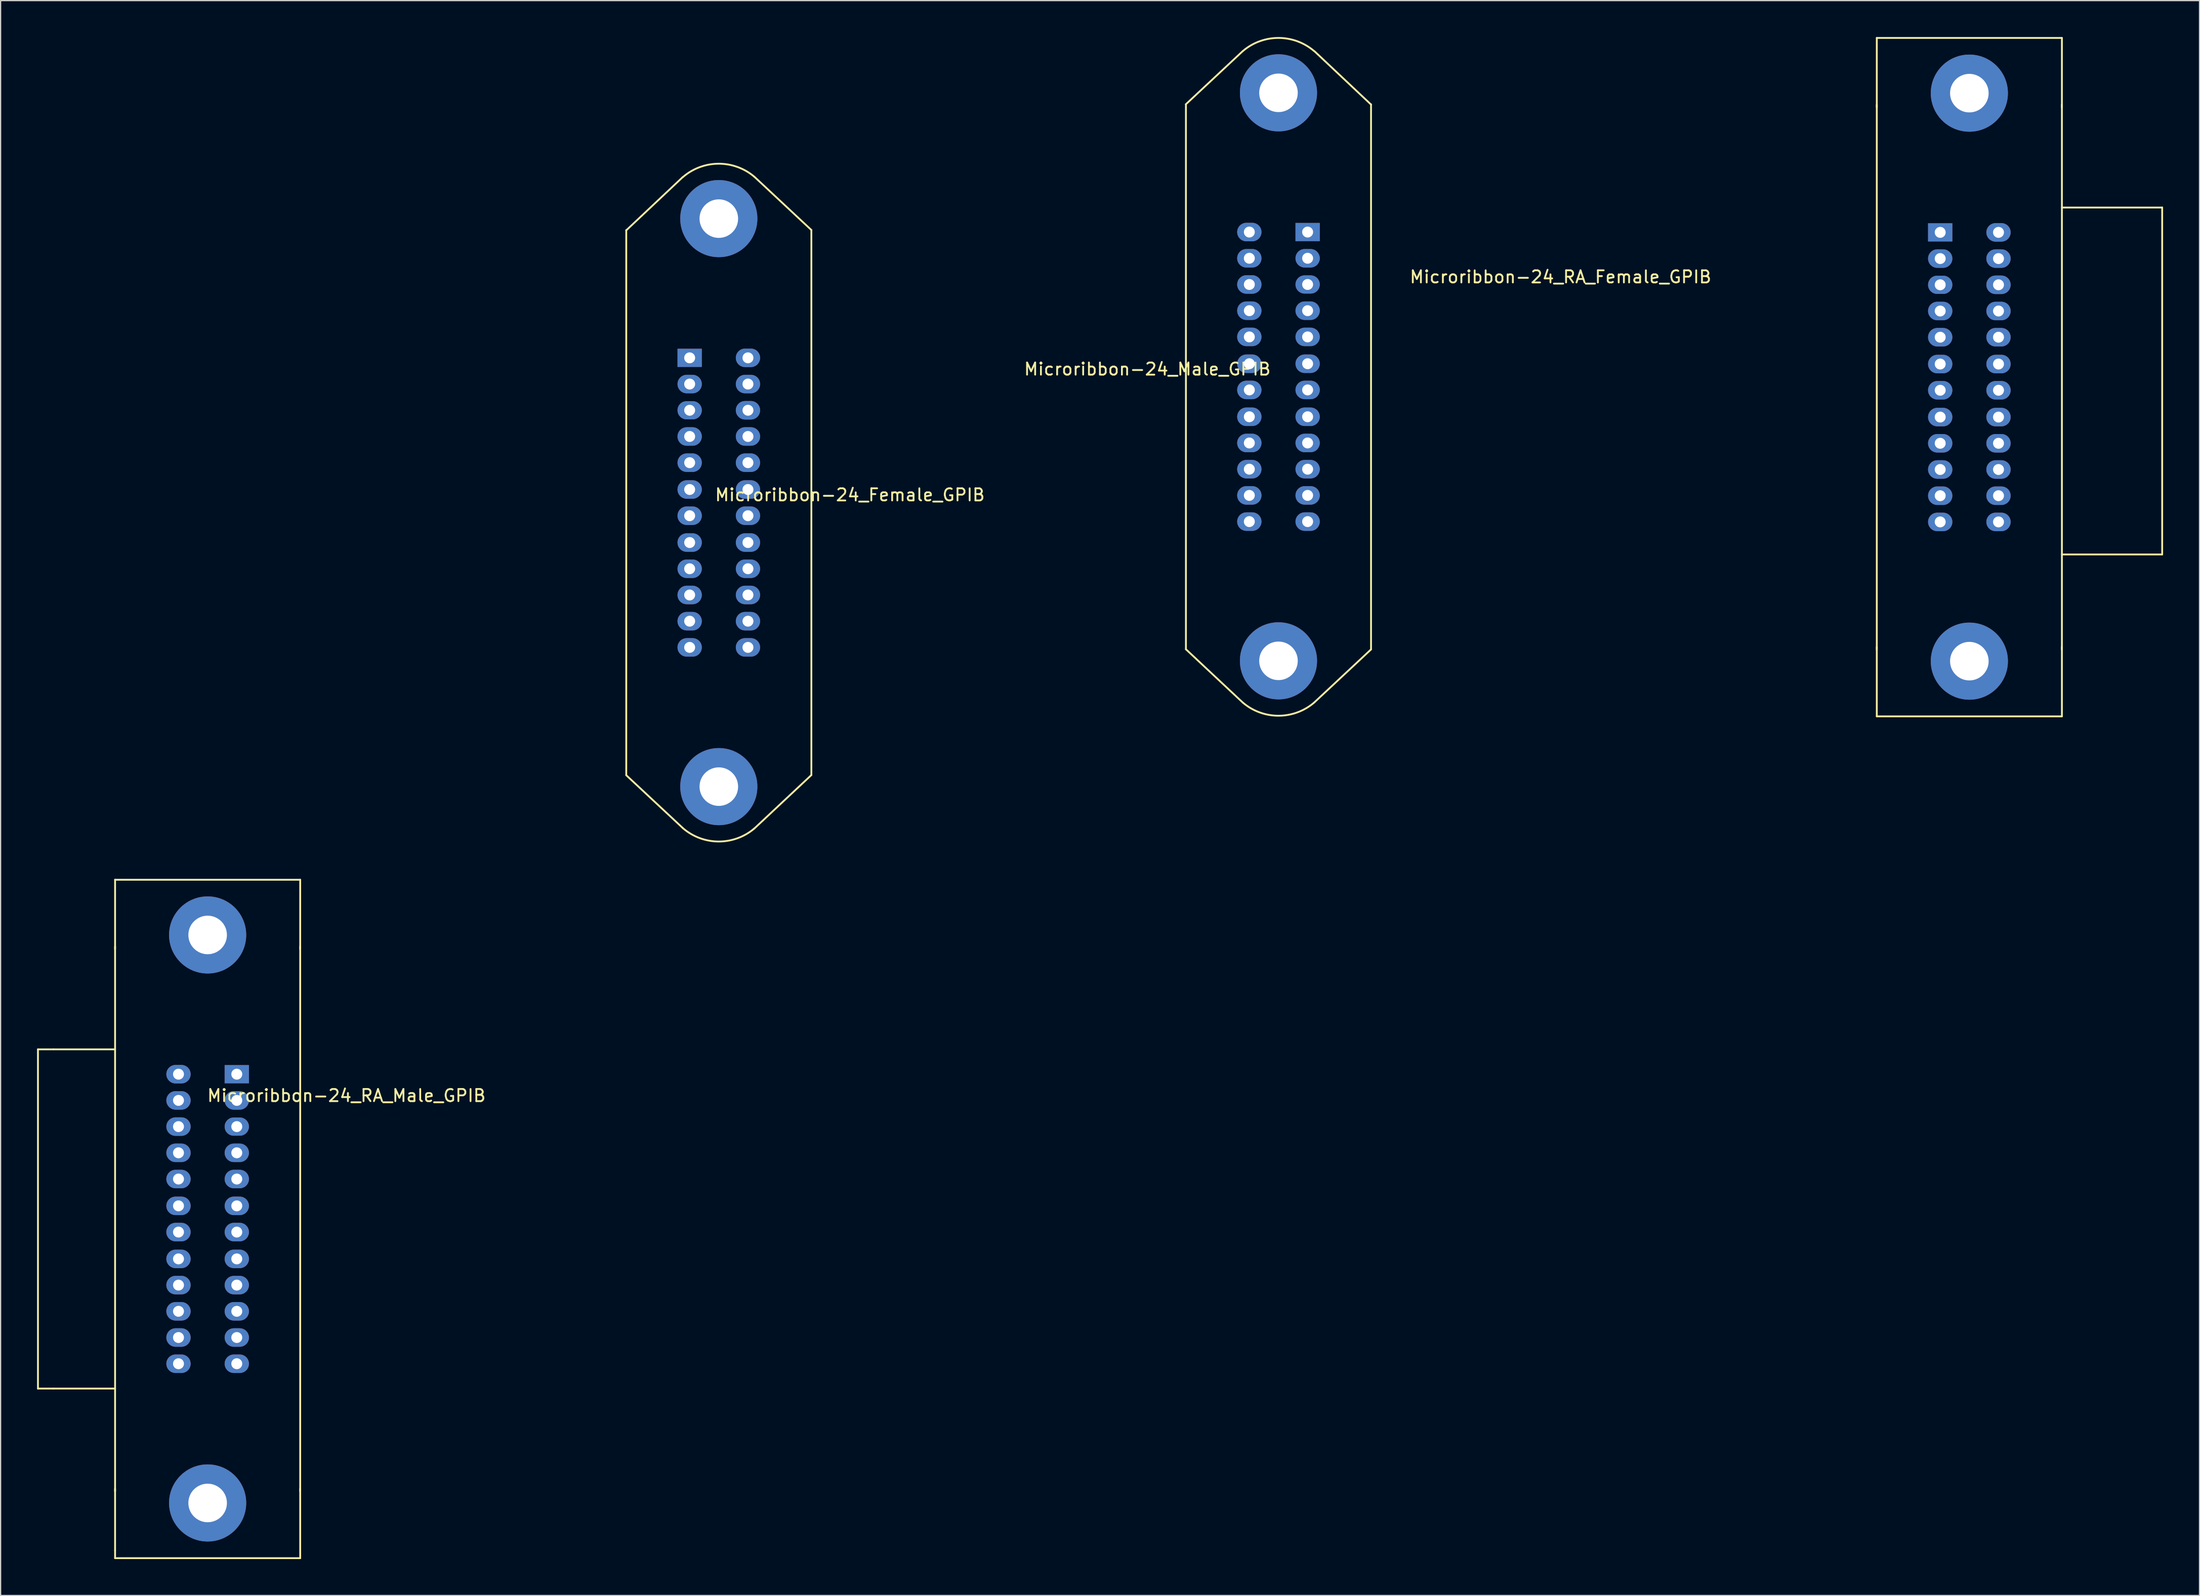
<source format=kicad_pcb>
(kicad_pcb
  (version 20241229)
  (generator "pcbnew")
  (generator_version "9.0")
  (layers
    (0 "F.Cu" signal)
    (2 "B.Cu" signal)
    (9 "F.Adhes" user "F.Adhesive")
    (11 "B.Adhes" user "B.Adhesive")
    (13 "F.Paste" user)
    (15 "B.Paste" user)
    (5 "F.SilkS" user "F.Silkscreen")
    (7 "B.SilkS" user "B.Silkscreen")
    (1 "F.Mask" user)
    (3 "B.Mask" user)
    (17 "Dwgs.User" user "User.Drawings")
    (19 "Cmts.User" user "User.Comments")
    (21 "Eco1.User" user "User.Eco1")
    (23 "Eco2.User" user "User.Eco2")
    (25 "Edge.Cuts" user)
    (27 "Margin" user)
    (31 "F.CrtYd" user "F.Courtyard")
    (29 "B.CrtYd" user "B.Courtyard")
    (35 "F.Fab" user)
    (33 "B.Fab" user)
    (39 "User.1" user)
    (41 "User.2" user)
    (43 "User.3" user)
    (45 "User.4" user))
  (footprint "Microribbon-24_Female_GPIB"
    (layer "F.Cu")
    (at 0.25 0.25)
    (property "Reference" "Microribbon-24_Female_GPIB" (at 66.675 37.465 180) (layer "F.SilkS") (effects (font (size 1 1) (thickness 0.15))))
    (attr through_hole)
    (fp_line (start 48.26 15.659) (end 48.26 60.541) (stroke (width 0.15) (type solid)) (layer "F.SilkS"))
    (fp_line (start 48.26 15.672) (end 52.908 11.29) (stroke (width 0.15) (type solid)) (layer "F.SilkS"))
    (fp_line (start 48.26 60.554) (end 52.921 64.91) (stroke (width 0.15) (type solid)) (layer "F.SilkS"))
    (fp_line (start 63.5 15.646) (end 58.814 11.265) (stroke (width 0.15) (type solid)) (layer "F.SilkS"))
    (fp_line (start 63.5 15.659) (end 63.5 60.541) (stroke (width 0.15) (type solid)) (layer "F.SilkS"))
    (fp_line (start 63.5 60.541) (end 58.814 64.935) (stroke (width 0.15) (type solid)) (layer "F.SilkS"))
    (fp_arc (start 52.9336 11.2776) (mid 55.866497 10.185634) (end 58.805865 11.260061) (stroke (width 0.15) (type solid)) (layer "F.SilkS"))
    (fp_arc (start 58.805865 64.939939) (mid 55.866497 66.014366) (end 52.9336 64.9224) (stroke (width 0.15) (type solid)) (layer "F.SilkS"))
    (pad "1" thru_hole rect (at 53.48 26.175 180) (size 2 1.5) (drill 0.9) (layers "*.Cu" "*.Mask"))
    (pad "2" thru_hole oval (at 53.48 28.334 180) (size 2 1.524) (drill 0.9) (layers "*.Cu" "*.Mask"))
    (pad "3" thru_hole oval (at 53.48 30.493 180) (size 2 1.5) (drill 0.9) (layers "*.Cu" "*.Mask"))
    (pad "4" thru_hole oval (at 53.48 32.652 180) (size 2 1.524) (drill 0.9) (layers "*.Cu" "*.Mask"))
    (pad "5" thru_hole oval (at 53.48 34.811 180) (size 2 1.524) (drill 0.9) (layers "*.Cu" "*.Mask"))
    (pad "6" thru_hole oval (at 53.48 37.02 180) (size 2 1.524) (drill 0.9) (layers "*.Cu" "*.Mask"))
    (pad "7" thru_hole oval (at 53.48 39.179 180) (size 2 1.524) (drill 0.9) (layers "*.Cu" "*.Mask"))
    (pad "8" thru_hole oval (at 53.48 41.389 180) (size 2 1.524) (drill 0.9) (layers "*.Cu" "*.Mask"))
    (pad "9" thru_hole oval (at 53.48 43.548 180) (size 2 1.524) (drill 0.9) (layers "*.Cu" "*.Mask"))
    (pad "10" thru_hole oval (at 53.48 45.707 180) (size 2 1.524) (drill 0.9) (layers "*.Cu" "*.Mask"))
    (pad "11" thru_hole oval (at 53.48 47.866 180) (size 2 1.524) (drill 0.9) (layers "*.Cu" "*.Mask"))
    (pad "12" thru_hole oval (at 53.48 50.025 180) (size 2 1.524) (drill 0.9) (layers "*.Cu" "*.Mask"))
    (pad "13" thru_hole oval (at 58.28 26.175 180) (size 2 1.524) (drill 0.9) (layers "*.Cu" "*.Mask"))
    (pad "14" thru_hole oval (at 58.28 28.334 180) (size 2 1.524) (drill 0.9) (layers "*.Cu" "*.Mask"))
    (pad "15" thru_hole oval (at 58.28 30.493 180) (size 2 1.524) (drill 0.9) (layers "*.Cu" "*.Mask"))
    (pad "16" thru_hole oval (at 58.28 32.652 180) (size 2 1.524) (drill 0.9) (layers "*.Cu" "*.Mask"))
    (pad "17" thru_hole oval (at 58.28 34.811 180) (size 2 1.524) (drill 0.9) (layers "*.Cu" "*.Mask"))
    (pad "18" thru_hole oval (at 58.28 37.02 180) (size 2 1.524) (drill 0.9) (layers "*.Cu" "*.Mask"))
    (pad "19" thru_hole oval (at 58.28 39.179 180) (size 2 1.524) (drill 0.9) (layers "*.Cu" "*.Mask"))
    (pad "20" thru_hole oval (at 58.28 41.389 180) (size 2 1.524) (drill 0.9) (layers "*.Cu" "*.Mask"))
    (pad "21" thru_hole oval (at 58.28 43.548 180) (size 2 1.524) (drill 0.9) (layers "*.Cu" "*.Mask"))
    (pad "22" thru_hole oval (at 58.28 45.707 180) (size 2 1.524) (drill 0.9) (layers "*.Cu" "*.Mask"))
    (pad "23" thru_hole oval (at 58.28 47.866 180) (size 2 1.524) (drill 0.9) (layers "*.Cu" "*.Mask"))
    (pad "24" thru_hole oval (at 58.28 50.025 180) (size 2 1.524) (drill 0.9) (layers "*.Cu" "*.Mask"))
    (pad "MP" thru_hole circle (at 55.88 14.707 180) (size 6.35 6.35) (drill 3.175) (layers "*.Cu" "*.Mask"))
    (pad "MP" thru_hole circle (at 55.88 61.493 180) (size 6.35 6.35) (drill 3.175) (layers "*.Cu" "*.Mask")))
  (footprint "Microribbon-24_Male_GPIB"
    (layer "F.Cu")
    (at 102.208 27.989)
    (property "Reference" "Microribbon-24_Male_GPIB" (at -10.795 -0.635 0) (layer "F.SilkS") (effects (font (size 1 1) (thickness 0.15))))
    (attr through_hole)
    (fp_line (start -7.62 -22.454) (end -2.934 -26.835) (stroke (width 0.15) (type solid)) (layer "F.SilkS"))
    (fp_line (start -7.62 -22.441) (end -7.62 22.441) (stroke (width 0.15) (type solid)) (layer "F.SilkS"))
    (fp_line (start -7.62 22.441) (end -2.934 26.835) (stroke (width 0.15) (type solid)) (layer "F.SilkS"))
    (fp_line (start 7.62 -22.441) (end 7.62 22.441) (stroke (width 0.15) (type solid)) (layer "F.SilkS"))
    (fp_line (start 7.62 -22.428) (end 2.972 -26.81) (stroke (width 0.15) (type solid)) (layer "F.SilkS"))
    (fp_line (start 7.62 22.454) (end 2.959 26.81) (stroke (width 0.15) (type solid)) (layer "F.SilkS"))
    (fp_arc (start -2.925865 -26.839939) (mid 0.013503 -27.914366) (end 2.9464 -26.8224) (stroke (width 0.15) (type solid)) (layer "F.SilkS"))
    (fp_arc (start 2.9464 26.8224) (mid 0.013503 27.914366) (end -2.925865 26.839939) (stroke (width 0.15) (type solid)) (layer "F.SilkS"))
    (pad "1" thru_hole rect (at 2.4 -11.925) (size 2 1.5) (drill 0.9) (layers "*.Cu" "*.Mask"))
    (pad "2" thru_hole oval (at 2.4 -9.766) (size 2 1.524) (drill 0.9) (layers "*.Cu" "*.Mask"))
    (pad "3" thru_hole oval (at 2.4 -7.607) (size 2 1.5) (drill 0.9) (layers "*.Cu" "*.Mask"))
    (pad "4" thru_hole oval (at 2.4 -5.448) (size 2 1.524) (drill 0.9) (layers "*.Cu" "*.Mask"))
    (pad "5" thru_hole oval (at 2.4 -3.289) (size 2 1.524) (drill 0.9) (layers "*.Cu" "*.Mask"))
    (pad "6" thru_hole oval (at 2.4 -1.079) (size 2 1.524) (drill 0.9) (layers "*.Cu" "*.Mask"))
    (pad "7" thru_hole oval (at 2.4 1.079) (size 2 1.524) (drill 0.9) (layers "*.Cu" "*.Mask"))
    (pad "8" thru_hole oval (at 2.4 3.289) (size 2 1.524) (drill 0.9) (layers "*.Cu" "*.Mask"))
    (pad "9" thru_hole oval (at 2.4 5.448) (size 2 1.524) (drill 0.9) (layers "*.Cu" "*.Mask"))
    (pad "10" thru_hole oval (at 2.4 7.607) (size 2 1.524) (drill 0.9) (layers "*.Cu" "*.Mask"))
    (pad "11" thru_hole oval (at 2.4 9.766) (size 2 1.524) (drill 0.9) (layers "*.Cu" "*.Mask"))
    (pad "12" thru_hole oval (at 2.4 11.925) (size 2 1.524) (drill 0.9) (layers "*.Cu" "*.Mask"))
    (pad "13" thru_hole oval (at -2.4 -11.925) (size 2 1.524) (drill 0.9) (layers "*.Cu" "*.Mask"))
    (pad "14" thru_hole oval (at -2.4 -9.766) (size 2 1.524) (drill 0.9) (layers "*.Cu" "*.Mask"))
    (pad "15" thru_hole oval (at -2.4 -7.607) (size 2 1.524) (drill 0.9) (layers "*.Cu" "*.Mask"))
    (pad "16" thru_hole oval (at -2.4 -5.448) (size 2 1.524) (drill 0.9) (layers "*.Cu" "*.Mask"))
    (pad "17" thru_hole oval (at -2.4 -3.289) (size 2 1.524) (drill 0.9) (layers "*.Cu" "*.Mask"))
    (pad "18" thru_hole oval (at -2.4 -1.079) (size 2 1.524) (drill 0.9) (layers "*.Cu" "*.Mask"))
    (pad "19" thru_hole oval (at -2.4 1.079) (size 2 1.524) (drill 0.9) (layers "*.Cu" "*.Mask"))
    (pad "20" thru_hole oval (at -2.4 3.289) (size 2 1.524) (drill 0.9) (layers "*.Cu" "*.Mask"))
    (pad "21" thru_hole oval (at -2.4 5.448) (size 2 1.524) (drill 0.9) (layers "*.Cu" "*.Mask"))
    (pad "22" thru_hole oval (at -2.4 7.607) (size 2 1.524) (drill 0.9) (layers "*.Cu" "*.Mask"))
    (pad "23" thru_hole oval (at -2.4 9.766) (size 2 1.524) (drill 0.9) (layers "*.Cu" "*.Mask"))
    (pad "24" thru_hole oval (at -2.4 11.925) (size 2 1.524) (drill 0.9) (layers "*.Cu" "*.Mask"))
    (pad "MP" thru_hole circle (at 0 -23.393) (size 6.35 6.35) (drill 3.175) (layers "*.Cu" "*.Mask"))
    (pad "MP" thru_hole circle (at 0 23.393) (size 6.35 6.35) (drill 3.175) (layers "*.Cu" "*.Mask")))
  (footprint "Microribbon-24_RA_Female_GPIB"
    (layer "F.Cu")
    (at 156.548 15.95)
    (property "Reference" "Microribbon-24_RA_Female_GPIB" (at -31.115 3.81 180) (layer "F.SilkS") (effects (font (size 1 1) (thickness 0.15))))
    (attr through_hole)
    (fp_line (start -5.08 -15.875) (end -5.08 -10.16) (stroke (width 0.15) (type solid)) (layer "F.SilkS"))
    (fp_line (start -5.08 -10.376) (end -5.08 34.506) (stroke (width 0.15) (type solid)) (layer "F.SilkS"))
    (fp_line (start -5.08 34.29) (end -5.08 40.005) (stroke (width 0.15) (type solid)) (layer "F.SilkS"))
    (fp_line (start -5.08 40.005) (end 10.16 40.005) (stroke (width 0.15) (type solid)) (layer "F.SilkS"))
    (fp_line (start 10.16 -15.875) (end -5.08 -15.875) (stroke (width 0.15) (type solid)) (layer "F.SilkS"))
    (fp_line (start 10.16 -10.376) (end 10.16 34.506) (stroke (width 0.15) (type solid)) (layer "F.SilkS"))
    (fp_line (start 10.16 -10.16) (end 10.16 -15.875) (stroke (width 0.15) (type solid)) (layer "F.SilkS"))
    (fp_line (start 10.16 -1.905) (end 18.415 -1.905) (stroke (width 0.15) (type solid)) (layer "F.SilkS"))
    (fp_line (start 10.16 40.005) (end 10.16 34.29) (stroke (width 0.15) (type solid)) (layer "F.SilkS"))
    (fp_line (start 18.415 -1.905) (end 18.415 26.67) (stroke (width 0.15) (type solid)) (layer "F.SilkS"))
    (fp_line (start 18.415 26.67) (end 10.16 26.67) (stroke (width 0.15) (type solid)) (layer "F.SilkS"))
    (pad "1" thru_hole rect (at 0.14 0.14 180) (size 2 1.5) (drill 0.9) (layers "*.Cu" "*.Mask"))
    (pad "2" thru_hole oval (at 0.14 2.299 180) (size 2 1.524) (drill 0.9) (layers "*.Cu" "*.Mask"))
    (pad "3" thru_hole oval (at 0.14 4.458 180) (size 2 1.5) (drill 0.9) (layers "*.Cu" "*.Mask"))
    (pad "4" thru_hole oval (at 0.14 6.617 180) (size 2 1.524) (drill 0.9) (layers "*.Cu" "*.Mask"))
    (pad "5" thru_hole oval (at 0.14 8.776 180) (size 2 1.524) (drill 0.9) (layers "*.Cu" "*.Mask"))
    (pad "6" thru_hole oval (at 0.14 10.986 180) (size 2 1.524) (drill 0.9) (layers "*.Cu" "*.Mask"))
    (pad "7" thru_hole oval (at 0.14 13.145 180) (size 2 1.524) (drill 0.9) (layers "*.Cu" "*.Mask"))
    (pad "8" thru_hole oval (at 0.14 15.354 180) (size 2 1.524) (drill 0.9) (layers "*.Cu" "*.Mask"))
    (pad "9" thru_hole oval (at 0.14 17.513 180) (size 2 1.524) (drill 0.9) (layers "*.Cu" "*.Mask"))
    (pad "10" thru_hole oval (at 0.14 19.672 180) (size 2 1.524) (drill 0.9) (layers "*.Cu" "*.Mask"))
    (pad "11" thru_hole oval (at 0.14 21.831 180) (size 2 1.524) (drill 0.9) (layers "*.Cu" "*.Mask"))
    (pad "12" thru_hole oval (at 0.14 23.99 180) (size 2 1.524) (drill 0.9) (layers "*.Cu" "*.Mask"))
    (pad "13" thru_hole oval (at 4.94 0.14 180) (size 2 1.524) (drill 0.9) (layers "*.Cu" "*.Mask"))
    (pad "14" thru_hole oval (at 4.94 2.299 180) (size 2 1.524) (drill 0.9) (layers "*.Cu" "*.Mask"))
    (pad "15" thru_hole oval (at 4.94 4.458 180) (size 2 1.524) (drill 0.9) (layers "*.Cu" "*.Mask"))
    (pad "16" thru_hole oval (at 4.94 6.617 180) (size 2 1.524) (drill 0.9) (layers "*.Cu" "*.Mask"))
    (pad "17" thru_hole oval (at 4.94 8.776 180) (size 2 1.524) (drill 0.9) (layers "*.Cu" "*.Mask"))
    (pad "18" thru_hole oval (at 4.94 10.986 180) (size 2 1.524) (drill 0.9) (layers "*.Cu" "*.Mask"))
    (pad "19" thru_hole oval (at 4.94 13.145 180) (size 2 1.524) (drill 0.9) (layers "*.Cu" "*.Mask"))
    (pad "20" thru_hole oval (at 4.94 15.354 180) (size 2 1.524) (drill 0.9) (layers "*.Cu" "*.Mask"))
    (pad "21" thru_hole oval (at 4.94 17.513 180) (size 2 1.524) (drill 0.9) (layers "*.Cu" "*.Mask"))
    (pad "22" thru_hole oval (at 4.94 19.672 180) (size 2 1.524) (drill 0.9) (layers "*.Cu" "*.Mask"))
    (pad "23" thru_hole oval (at 4.94 21.831 180) (size 2 1.524) (drill 0.9) (layers "*.Cu" "*.Mask"))
    (pad "24" thru_hole oval (at 4.94 23.99 180) (size 2 1.524) (drill 0.9) (layers "*.Cu" "*.Mask"))
    (pad "MP" thru_hole circle (at 2.54 -11.328 180) (size 6.35 6.35) (drill 3.175) (layers "*.Cu" "*.Mask"))
    (pad "MP" thru_hole circle (at 2.54 35.458 180) (size 6.35 6.35) (drill 3.175) (layers "*.Cu" "*.Mask")))
  (footprint "Microribbon-24_RA_Male_GPIB"
    (layer "F.Cu")
    (at 16.585 85.289)
    (property "Reference" "Microribbon-24_RA_Male_GPIB" (at 8.89 1.905 0) (layer "F.SilkS") (effects (font (size 1 1) (thickness 0.15))))
    (attr through_hole)
    (fp_line (start -16.51 -1.905) (end -16.51 26.035) (stroke (width 0.15) (type solid)) (layer "F.SilkS"))
    (fp_line (start -16.51 26.035) (end -15.24 26.035) (stroke (width 0.15) (type solid)) (layer "F.SilkS"))
    (fp_line (start -15.24 -1.905) (end -16.51 -1.905) (stroke (width 0.15) (type solid)) (layer "F.SilkS"))
    (fp_line (start -15.24 26.035) (end -10.16 26.035) (stroke (width 0.15) (type solid)) (layer "F.SilkS"))
    (fp_line (start -10.16 -15.875) (end -10.16 -10.16) (stroke (width 0.15) (type solid)) (layer "F.SilkS"))
    (fp_line (start -10.16 -10.376) (end -10.16 34.506) (stroke (width 0.15) (type solid)) (layer "F.SilkS"))
    (fp_line (start -10.16 -1.905) (end -15.24 -1.905) (stroke (width 0.15) (type solid)) (layer "F.SilkS"))
    (fp_line (start -10.16 34.29) (end -10.16 39.37) (stroke (width 0.15) (type solid)) (layer "F.SilkS"))
    (fp_line (start -10.16 39.37) (end -10.16 40.005) (stroke (width 0.15) (type solid)) (layer "F.SilkS"))
    (fp_line (start -10.16 40.005) (end 5.08 40.005) (stroke (width 0.15) (type solid)) (layer "F.SilkS"))
    (fp_line (start 5.08 -15.875) (end -10.16 -15.875) (stroke (width 0.15) (type solid)) (layer "F.SilkS"))
    (fp_line (start 5.08 -10.376) (end 5.08 34.506) (stroke (width 0.15) (type solid)) (layer "F.SilkS"))
    (fp_line (start 5.08 -10.16) (end 5.08 -15.875) (stroke (width 0.15) (type solid)) (layer "F.SilkS"))
    (fp_line (start 5.08 40.005) (end 5.08 34.29) (stroke (width 0.15) (type solid)) (layer "F.SilkS"))
    (pad "1" thru_hole rect (at -0.14 0.14) (size 2 1.5) (drill 0.9) (layers "*.Cu" "*.Mask"))
    (pad "2" thru_hole oval (at -0.14 2.299) (size 2 1.524) (drill 0.9) (layers "*.Cu" "*.Mask"))
    (pad "3" thru_hole oval (at -0.14 4.458) (size 2 1.5) (drill 0.9) (layers "*.Cu" "*.Mask"))
    (pad "4" thru_hole oval (at -0.14 6.617) (size 2 1.524) (drill 0.9) (layers "*.Cu" "*.Mask"))
    (pad "5" thru_hole oval (at -0.14 8.776) (size 2 1.524) (drill 0.9) (layers "*.Cu" "*.Mask"))
    (pad "6" thru_hole oval (at -0.14 10.986) (size 2 1.524) (drill 0.9) (layers "*.Cu" "*.Mask"))
    (pad "7" thru_hole oval (at -0.14 13.145) (size 2 1.524) (drill 0.9) (layers "*.Cu" "*.Mask"))
    (pad "8" thru_hole oval (at -0.14 15.354) (size 2 1.524) (drill 0.9) (layers "*.Cu" "*.Mask"))
    (pad "9" thru_hole oval (at -0.14 17.513) (size 2 1.524) (drill 0.9) (layers "*.Cu" "*.Mask"))
    (pad "10" thru_hole oval (at -0.14 19.672) (size 2 1.524) (drill 0.9) (layers "*.Cu" "*.Mask"))
    (pad "11" thru_hole oval (at -0.14 21.831) (size 2 1.524) (drill 0.9) (layers "*.Cu" "*.Mask"))
    (pad "12" thru_hole oval (at -0.14 23.99) (size 2 1.524) (drill 0.9) (layers "*.Cu" "*.Mask"))
    (pad "13" thru_hole oval (at -4.94 0.14) (size 2 1.524) (drill 0.9) (layers "*.Cu" "*.Mask"))
    (pad "14" thru_hole oval (at -4.94 2.299) (size 2 1.524) (drill 0.9) (layers "*.Cu" "*.Mask"))
    (pad "15" thru_hole oval (at -4.94 4.458) (size 2 1.524) (drill 0.9) (layers "*.Cu" "*.Mask"))
    (pad "16" thru_hole oval (at -4.94 6.617) (size 2 1.524) (drill 0.9) (layers "*.Cu" "*.Mask"))
    (pad "17" thru_hole oval (at -4.94 8.776) (size 2 1.524) (drill 0.9) (layers "*.Cu" "*.Mask"))
    (pad "18" thru_hole oval (at -4.94 10.986) (size 2 1.524) (drill 0.9) (layers "*.Cu" "*.Mask"))
    (pad "19" thru_hole oval (at -4.94 13.145) (size 2 1.524) (drill 0.9) (layers "*.Cu" "*.Mask"))
    (pad "20" thru_hole oval (at -4.94 15.354) (size 2 1.524) (drill 0.9) (layers "*.Cu" "*.Mask"))
    (pad "21" thru_hole oval (at -4.94 17.513) (size 2 1.524) (drill 0.9) (layers "*.Cu" "*.Mask"))
    (pad "22" thru_hole oval (at -4.94 19.672) (size 2 1.524) (drill 0.9) (layers "*.Cu" "*.Mask"))
    (pad "23" thru_hole oval (at -4.94 21.831) (size 2 1.524) (drill 0.9) (layers "*.Cu" "*.Mask"))
    (pad "24" thru_hole oval (at -4.94 23.99) (size 2 1.524) (drill 0.9) (layers "*.Cu" "*.Mask"))
    (pad "MP" thru_hole circle (at -2.54 -11.328) (size 6.35 6.35) (drill 3.175) (layers "*.Cu" "*.Mask"))
    (pad "MP" thru_hole circle (at -2.54 35.458) (size 6.35 6.35) (drill 3.175) (layers "*.Cu" "*.Mask")))
  (gr_rect
    (start -3 -3)
    (end 178.038 128.369)
    (stroke (width 0.1) (type default))
    (fill no)
    (layer "Edge.Cuts")))
</source>
